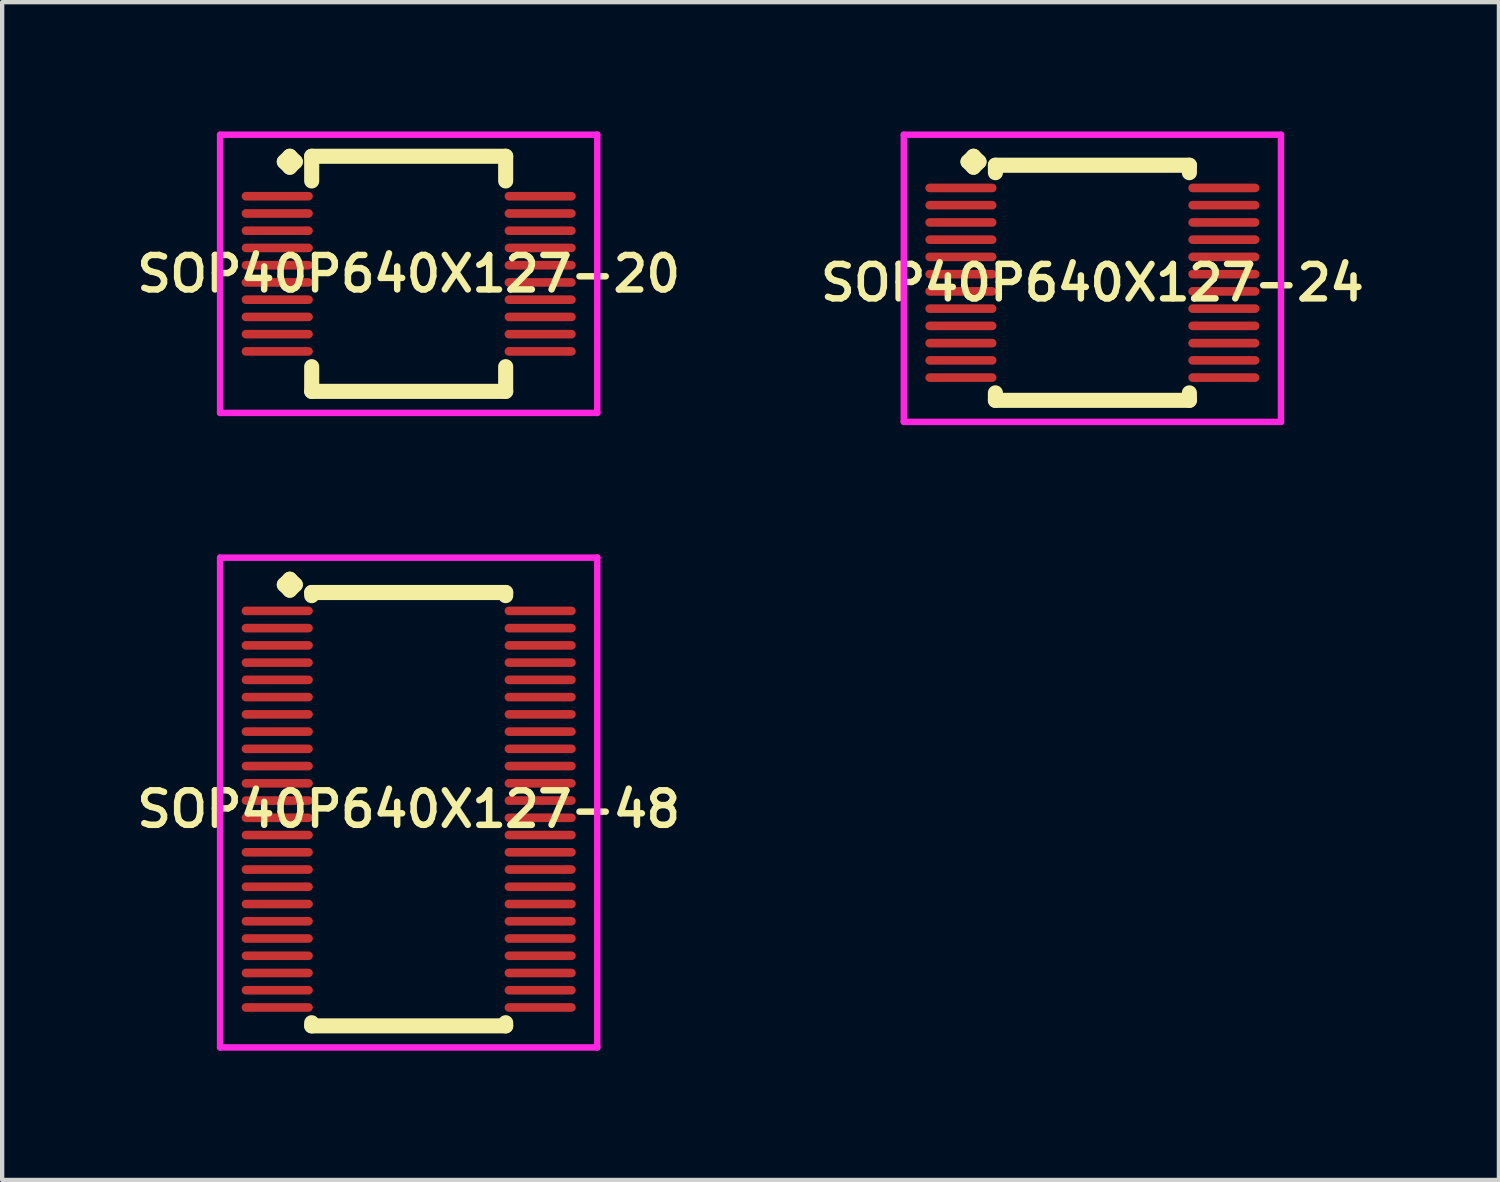
<source format=kicad_pcb>
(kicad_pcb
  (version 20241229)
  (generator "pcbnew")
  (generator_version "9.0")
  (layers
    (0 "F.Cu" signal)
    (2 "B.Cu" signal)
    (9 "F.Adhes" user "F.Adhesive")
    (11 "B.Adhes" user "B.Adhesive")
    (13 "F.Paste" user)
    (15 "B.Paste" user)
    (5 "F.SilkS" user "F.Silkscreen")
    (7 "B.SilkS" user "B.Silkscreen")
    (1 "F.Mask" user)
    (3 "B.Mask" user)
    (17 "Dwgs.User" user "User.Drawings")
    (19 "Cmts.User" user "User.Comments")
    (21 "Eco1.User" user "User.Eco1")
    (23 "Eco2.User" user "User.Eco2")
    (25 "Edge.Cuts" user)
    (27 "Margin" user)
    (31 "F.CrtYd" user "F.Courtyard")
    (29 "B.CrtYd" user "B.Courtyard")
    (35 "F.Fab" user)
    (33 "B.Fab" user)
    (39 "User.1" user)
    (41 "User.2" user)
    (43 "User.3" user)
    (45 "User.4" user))
  (footprint "SOP40P640X127-48"
    (layer "F.Cu")
    (at 6.431 15.722)
    (property "Reference" "SOP40P640X127-48" (at 0 0 0) (layer "F.SilkS") (effects (font (size 0.8 0.8) (thickness 0.15))))
    (attr smd)
    (fp_line (start -2.885 -5.208) (end -2.758 -5.335) (stroke (width 0.35) (type solid)) (layer "F.SilkS"))
    (fp_line (start -2.758 -5.335) (end -2.631 -5.208) (stroke (width 0.35) (type solid)) (layer "F.SilkS"))
    (fp_line (start -2.758 -5.081) (end -2.885 -5.208) (stroke (width 0.35) (type solid)) (layer "F.SilkS"))
    (fp_line (start -2.631 -5.208) (end -2.758 -5.081) (stroke (width 0.35) (type solid)) (layer "F.SilkS"))
    (fp_line (start -2.25 -5.027) (end 2.25 -5.027) (stroke (width 0.35) (type solid)) (layer "F.SilkS"))
    (fp_line (start -2.25 -4.954) (end -2.25 -5.027) (stroke (width 0.35) (type solid)) (layer "F.SilkS"))
    (fp_line (start -2.25 4.954) (end -2.25 5.027) (stroke (width 0.35) (type solid)) (layer "F.SilkS"))
    (fp_line (start -2.25 5.027) (end 2.25 5.027) (stroke (width 0.35) (type solid)) (layer "F.SilkS"))
    (fp_line (start 2.25 -5.027) (end 2.25 -4.954) (stroke (width 0.35) (type solid)) (layer "F.SilkS"))
    (fp_line (start 2.25 5.027) (end 2.25 4.954) (stroke (width 0.35) (type solid)) (layer "F.SilkS"))
    (fp_line (start -4.375 -5.835) (end 4.375 -5.835) (stroke (width 0.15) (type solid)) (layer "F.CrtYd"))
    (fp_line (start -4.375 5.527) (end -4.375 -5.835) (stroke (width 0.15) (type solid)) (layer "F.CrtYd"))
    (fp_line (start 4.375 -5.835) (end 4.375 5.527) (stroke (width 0.15) (type solid)) (layer "F.CrtYd"))
    (fp_line (start 4.375 5.527) (end -4.375 5.527) (stroke (width 0.15) (type solid)) (layer "F.CrtYd"))
    (pad "1" smd oval (at -3.05 -4.6) (size 1.65 0.2) (layers "F.Cu" "F.Mask" "F.Paste"))
    (pad "2" smd oval (at -3.05 -4.2) (size 1.65 0.2) (layers "F.Cu" "F.Mask" "F.Paste"))
    (pad "3" smd oval (at -3.05 -3.8) (size 1.65 0.2) (layers "F.Cu" "F.Mask" "F.Paste"))
    (pad "4" smd oval (at -3.05 -3.4) (size 1.65 0.2) (layers "F.Cu" "F.Mask" "F.Paste"))
    (pad "5" smd oval (at -3.05 -3) (size 1.65 0.2) (layers "F.Cu" "F.Mask" "F.Paste"))
    (pad "6" smd oval (at -3.05 -2.6) (size 1.65 0.2) (layers "F.Cu" "F.Mask" "F.Paste"))
    (pad "7" smd oval (at -3.05 -2.2) (size 1.65 0.2) (layers "F.Cu" "F.Mask" "F.Paste"))
    (pad "8" smd oval (at -3.05 -1.8) (size 1.65 0.2) (layers "F.Cu" "F.Mask" "F.Paste"))
    (pad "9" smd oval (at -3.05 -1.4) (size 1.65 0.2) (layers "F.Cu" "F.Mask" "F.Paste"))
    (pad "10" smd oval (at -3.05 -1) (size 1.65 0.2) (layers "F.Cu" "F.Mask" "F.Paste"))
    (pad "11" smd oval (at -3.05 -0.6) (size 1.65 0.2) (layers "F.Cu" "F.Mask" "F.Paste"))
    (pad "12" smd oval (at -3.05 -0.2) (size 1.65 0.2) (layers "F.Cu" "F.Mask" "F.Paste"))
    (pad "13" smd oval (at -3.05 0.2) (size 1.65 0.2) (layers "F.Cu" "F.Mask" "F.Paste"))
    (pad "14" smd oval (at -3.05 0.6) (size 1.65 0.2) (layers "F.Cu" "F.Mask" "F.Paste"))
    (pad "15" smd oval (at -3.05 1) (size 1.65 0.2) (layers "F.Cu" "F.Mask" "F.Paste"))
    (pad "16" smd oval (at -3.05 1.4) (size 1.65 0.2) (layers "F.Cu" "F.Mask" "F.Paste"))
    (pad "17" smd oval (at -3.05 1.8) (size 1.65 0.2) (layers "F.Cu" "F.Mask" "F.Paste"))
    (pad "18" smd oval (at -3.05 2.2) (size 1.65 0.2) (layers "F.Cu" "F.Mask" "F.Paste"))
    (pad "19" smd oval (at -3.05 2.6) (size 1.65 0.2) (layers "F.Cu" "F.Mask" "F.Paste"))
    (pad "20" smd oval (at -3.05 3) (size 1.65 0.2) (layers "F.Cu" "F.Mask" "F.Paste"))
    (pad "21" smd oval (at -3.05 3.4) (size 1.65 0.2) (layers "F.Cu" "F.Mask" "F.Paste"))
    (pad "22" smd oval (at -3.05 3.8) (size 1.65 0.2) (layers "F.Cu" "F.Mask" "F.Paste"))
    (pad "23" smd oval (at -3.05 4.2) (size 1.65 0.2) (layers "F.Cu" "F.Mask" "F.Paste"))
    (pad "24" smd oval (at -3.05 4.6) (size 1.65 0.2) (layers "F.Cu" "F.Mask" "F.Paste"))
    (pad "25" smd oval (at 3.05 4.6) (size 1.65 0.2) (layers "F.Cu" "F.Mask" "F.Paste"))
    (pad "26" smd oval (at 3.05 4.2) (size 1.65 0.2) (layers "F.Cu" "F.Mask" "F.Paste"))
    (pad "27" smd oval (at 3.05 3.8) (size 1.65 0.2) (layers "F.Cu" "F.Mask" "F.Paste"))
    (pad "28" smd oval (at 3.05 3.4) (size 1.65 0.2) (layers "F.Cu" "F.Mask" "F.Paste"))
    (pad "29" smd oval (at 3.05 3) (size 1.65 0.2) (layers "F.Cu" "F.Mask" "F.Paste"))
    (pad "30" smd oval (at 3.05 2.6) (size 1.65 0.2) (layers "F.Cu" "F.Mask" "F.Paste"))
    (pad "31" smd oval (at 3.05 2.2) (size 1.65 0.2) (layers "F.Cu" "F.Mask" "F.Paste"))
    (pad "32" smd oval (at 3.05 1.8) (size 1.65 0.2) (layers "F.Cu" "F.Mask" "F.Paste"))
    (pad "33" smd oval (at 3.05 1.4) (size 1.65 0.2) (layers "F.Cu" "F.Mask" "F.Paste"))
    (pad "34" smd oval (at 3.05 1) (size 1.65 0.2) (layers "F.Cu" "F.Mask" "F.Paste"))
    (pad "35" smd oval (at 3.05 0.6) (size 1.65 0.2) (layers "F.Cu" "F.Mask" "F.Paste"))
    (pad "36" smd oval (at 3.05 0.2) (size 1.65 0.2) (layers "F.Cu" "F.Mask" "F.Paste"))
    (pad "37" smd oval (at 3.05 -0.2) (size 1.65 0.2) (layers "F.Cu" "F.Mask" "F.Paste"))
    (pad "38" smd oval (at 3.05 -0.6) (size 1.65 0.2) (layers "F.Cu" "F.Mask" "F.Paste"))
    (pad "39" smd oval (at 3.05 -1) (size 1.65 0.2) (layers "F.Cu" "F.Mask" "F.Paste"))
    (pad "40" smd oval (at 3.05 -1.4) (size 1.65 0.2) (layers "F.Cu" "F.Mask" "F.Paste"))
    (pad "41" smd oval (at 3.05 -1.8) (size 1.65 0.2) (layers "F.Cu" "F.Mask" "F.Paste"))
    (pad "42" smd oval (at 3.05 -2.2) (size 1.65 0.2) (layers "F.Cu" "F.Mask" "F.Paste"))
    (pad "43" smd oval (at 3.05 -2.6) (size 1.65 0.2) (layers "F.Cu" "F.Mask" "F.Paste"))
    (pad "44" smd oval (at 3.05 -3) (size 1.65 0.2) (layers "F.Cu" "F.Mask" "F.Paste"))
    (pad "45" smd oval (at 3.05 -3.4) (size 1.65 0.2) (layers "F.Cu" "F.Mask" "F.Paste"))
    (pad "46" smd oval (at 3.05 -3.8) (size 1.65 0.2) (layers "F.Cu" "F.Mask" "F.Paste"))
    (pad "47" smd oval (at 3.05 -4.2) (size 1.65 0.2) (layers "F.Cu" "F.Mask" "F.Paste"))
    (pad "48" smd oval (at 3.05 -4.6) (size 1.65 0.2) (layers "F.Cu" "F.Mask" "F.Paste")))
  (footprint "SOP40P640X127-20"
    (layer "F.Cu")
    (at 6.431 3.302)
    (property "Reference" "SOP40P640X127-20" (at 0 0 0) (layer "F.SilkS") (effects (font (size 0.8 0.8) (thickness 0.15))))
    (attr through_hole)
    (fp_line (start -2.885 -2.6) (end -2.758 -2.727) (stroke (width 0.35) (type solid)) (layer "F.SilkS"))
    (fp_line (start -2.758 -2.727) (end -2.631 -2.6) (stroke (width 0.35) (type solid)) (layer "F.SilkS"))
    (fp_line (start -2.758 -2.473) (end -2.885 -2.6) (stroke (width 0.35) (type solid)) (layer "F.SilkS"))
    (fp_line (start -2.631 -2.6) (end -2.758 -2.473) (stroke (width 0.35) (type solid)) (layer "F.SilkS"))
    (fp_line (start -2.25 -2.727) (end 2.25 -2.727) (stroke (width 0.35) (type solid)) (layer "F.SilkS"))
    (fp_line (start -2.25 -2.154) (end -2.25 -2.727) (stroke (width 0.35) (type solid)) (layer "F.SilkS"))
    (fp_line (start -2.25 2.154) (end -2.25 2.727) (stroke (width 0.35) (type solid)) (layer "F.SilkS"))
    (fp_line (start -2.25 2.727) (end 2.25 2.727) (stroke (width 0.35) (type solid)) (layer "F.SilkS"))
    (fp_line (start 2.25 -2.727) (end 2.25 -2.154) (stroke (width 0.35) (type solid)) (layer "F.SilkS"))
    (fp_line (start 2.25 2.727) (end 2.25 2.154) (stroke (width 0.35) (type solid)) (layer "F.SilkS"))
    (fp_line (start -4.375 -3.227) (end 4.375 -3.227) (stroke (width 0.15) (type solid)) (layer "F.CrtYd"))
    (fp_line (start -4.375 3.227) (end -4.375 -3.227) (stroke (width 0.15) (type solid)) (layer "F.CrtYd"))
    (fp_line (start 4.375 -3.227) (end 4.375 3.227) (stroke (width 0.15) (type solid)) (layer "F.CrtYd"))
    (fp_line (start 4.375 3.227) (end -4.375 3.227) (stroke (width 0.15) (type solid)) (layer "F.CrtYd"))
    (pad "1" smd oval (at -3.05 -1.8) (size 1.65 0.2) (layers "F.Cu" "F.Mask" "F.Paste"))
    (pad "2" smd oval (at -3.05 -1.4) (size 1.65 0.2) (layers "F.Cu" "F.Mask" "F.Paste"))
    (pad "3" smd oval (at -3.05 -1) (size 1.65 0.2) (layers "F.Cu" "F.Mask" "F.Paste"))
    (pad "4" smd oval (at -3.05 -0.6) (size 1.65 0.2) (layers "F.Cu" "F.Mask" "F.Paste"))
    (pad "5" smd oval (at -3.05 -0.2) (size 1.65 0.2) (layers "F.Cu" "F.Mask" "F.Paste"))
    (pad "6" smd oval (at -3.05 0.2) (size 1.65 0.2) (layers "F.Cu" "F.Mask" "F.Paste"))
    (pad "7" smd oval (at -3.05 0.6) (size 1.65 0.2) (layers "F.Cu" "F.Mask" "F.Paste"))
    (pad "8" smd oval (at -3.05 1) (size 1.65 0.2) (layers "F.Cu" "F.Mask" "F.Paste"))
    (pad "9" smd oval (at -3.05 1.4) (size 1.65 0.2) (layers "F.Cu" "F.Mask" "F.Paste"))
    (pad "10" smd oval (at -3.05 1.8) (size 1.65 0.2) (layers "F.Cu" "F.Mask" "F.Paste"))
    (pad "11" smd oval (at 3.05 1.8) (size 1.65 0.2) (layers "F.Cu" "F.Mask" "F.Paste"))
    (pad "12" smd oval (at 3.05 1.4) (size 1.65 0.2) (layers "F.Cu" "F.Mask" "F.Paste"))
    (pad "13" smd oval (at 3.05 1) (size 1.65 0.2) (layers "F.Cu" "F.Mask" "F.Paste"))
    (pad "14" smd oval (at 3.05 0.6) (size 1.65 0.2) (layers "F.Cu" "F.Mask" "F.Paste"))
    (pad "15" smd oval (at 3.05 0.2) (size 1.65 0.2) (layers "F.Cu" "F.Mask" "F.Paste"))
    (pad "16" smd oval (at 3.05 -0.2) (size 1.65 0.2) (layers "F.Cu" "F.Mask" "F.Paste"))
    (pad "17" smd oval (at 3.05 -0.6) (size 1.65 0.2) (layers "F.Cu" "F.Mask" "F.Paste"))
    (pad "18" smd oval (at 3.05 -1) (size 1.65 0.2) (layers "F.Cu" "F.Mask" "F.Paste"))
    (pad "19" smd oval (at 3.05 -1.4) (size 1.65 0.2) (layers "F.Cu" "F.Mask" "F.Paste"))
    (pad "20" smd oval (at 3.05 -1.8) (size 1.65 0.2) (layers "F.Cu" "F.Mask" "F.Paste")))
  (footprint "SOP40P640X127-24"
    (layer "F.Cu")
    (at 22.292 3.51)
    (property "Reference" "SOP40P640X127-24" (at 0 0 0) (layer "F.SilkS") (effects (font (size 0.8 0.8) (thickness 0.15))))
    (attr smd)
    (fp_line (start -2.885 -2.808) (end -2.758 -2.935) (stroke (width 0.35) (type solid)) (layer "F.SilkS"))
    (fp_line (start -2.758 -2.935) (end -2.631 -2.808) (stroke (width 0.35) (type solid)) (layer "F.SilkS"))
    (fp_line (start -2.758 -2.681) (end -2.885 -2.808) (stroke (width 0.35) (type solid)) (layer "F.SilkS"))
    (fp_line (start -2.631 -2.808) (end -2.758 -2.681) (stroke (width 0.35) (type solid)) (layer "F.SilkS"))
    (fp_line (start -2.25 -2.727) (end 2.25 -2.727) (stroke (width 0.35) (type solid)) (layer "F.SilkS"))
    (fp_line (start -2.25 -2.554) (end -2.25 -2.727) (stroke (width 0.35) (type solid)) (layer "F.SilkS"))
    (fp_line (start -2.25 2.554) (end -2.25 2.727) (stroke (width 0.35) (type solid)) (layer "F.SilkS"))
    (fp_line (start -2.25 2.727) (end 2.25 2.727) (stroke (width 0.35) (type solid)) (layer "F.SilkS"))
    (fp_line (start 2.25 -2.727) (end 2.25 -2.554) (stroke (width 0.35) (type solid)) (layer "F.SilkS"))
    (fp_line (start 2.25 2.727) (end 2.25 2.554) (stroke (width 0.35) (type solid)) (layer "F.SilkS"))
    (fp_line (start -4.375 -3.435) (end 4.375 -3.435) (stroke (width 0.15) (type solid)) (layer "F.CrtYd"))
    (fp_line (start -4.375 3.227) (end -4.375 -3.435) (stroke (width 0.15) (type solid)) (layer "F.CrtYd"))
    (fp_line (start 4.375 -3.435) (end 4.375 3.227) (stroke (width 0.15) (type solid)) (layer "F.CrtYd"))
    (fp_line (start 4.375 3.227) (end -4.375 3.227) (stroke (width 0.15) (type solid)) (layer "F.CrtYd"))
    (pad "1" smd oval (at -3.05 -2.2) (size 1.65 0.2) (layers "F.Cu" "F.Mask" "F.Paste"))
    (pad "2" smd oval (at -3.05 -1.8) (size 1.65 0.2) (layers "F.Cu" "F.Mask" "F.Paste"))
    (pad "3" smd oval (at -3.05 -1.4) (size 1.65 0.2) (layers "F.Cu" "F.Mask" "F.Paste"))
    (pad "4" smd oval (at -3.05 -1) (size 1.65 0.2) (layers "F.Cu" "F.Mask" "F.Paste"))
    (pad "5" smd oval (at -3.05 -0.6) (size 1.65 0.2) (layers "F.Cu" "F.Mask" "F.Paste"))
    (pad "6" smd oval (at -3.05 -0.2) (size 1.65 0.2) (layers "F.Cu" "F.Mask" "F.Paste"))
    (pad "7" smd oval (at -3.05 0.2) (size 1.65 0.2) (layers "F.Cu" "F.Mask" "F.Paste"))
    (pad "8" smd oval (at -3.05 0.6) (size 1.65 0.2) (layers "F.Cu" "F.Mask" "F.Paste"))
    (pad "9" smd oval (at -3.05 1) (size 1.65 0.2) (layers "F.Cu" "F.Mask" "F.Paste"))
    (pad "10" smd oval (at -3.05 1.4) (size 1.65 0.2) (layers "F.Cu" "F.Mask" "F.Paste"))
    (pad "11" smd oval (at -3.05 1.8) (size 1.65 0.2) (layers "F.Cu" "F.Mask" "F.Paste"))
    (pad "12" smd oval (at -3.05 2.2) (size 1.65 0.2) (layers "F.Cu" "F.Mask" "F.Paste"))
    (pad "13" smd oval (at 3.05 2.2) (size 1.65 0.2) (layers "F.Cu" "F.Mask" "F.Paste"))
    (pad "14" smd oval (at 3.05 1.8) (size 1.65 0.2) (layers "F.Cu" "F.Mask" "F.Paste"))
    (pad "15" smd oval (at 3.05 1.4) (size 1.65 0.2) (layers "F.Cu" "F.Mask" "F.Paste"))
    (pad "16" smd oval (at 3.05 1) (size 1.65 0.2) (layers "F.Cu" "F.Mask" "F.Paste"))
    (pad "17" smd oval (at 3.05 0.6) (size 1.65 0.2) (layers "F.Cu" "F.Mask" "F.Paste"))
    (pad "18" smd oval (at 3.05 0.2) (size 1.65 0.2) (layers "F.Cu" "F.Mask" "F.Paste"))
    (pad "19" smd oval (at 3.05 -0.2) (size 1.65 0.2) (layers "F.Cu" "F.Mask" "F.Paste"))
    (pad "20" smd oval (at 3.05 -0.6) (size 1.65 0.2) (layers "F.Cu" "F.Mask" "F.Paste"))
    (pad "21" smd oval (at 3.05 -1) (size 1.65 0.2) (layers "F.Cu" "F.Mask" "F.Paste"))
    (pad "22" smd oval (at 3.05 -1.4) (size 1.65 0.2) (layers "F.Cu" "F.Mask" "F.Paste"))
    (pad "23" smd oval (at 3.05 -1.8) (size 1.65 0.2) (layers "F.Cu" "F.Mask" "F.Paste"))
    (pad "24" smd oval (at 3.05 -2.2) (size 1.65 0.2) (layers "F.Cu" "F.Mask" "F.Paste")))
  (gr_rect
    (start -3 -3)
    (end 31.723 24.324)
    (stroke (width 0.1) (type default))
    (fill no)
    (layer "Edge.Cuts")))
</source>
